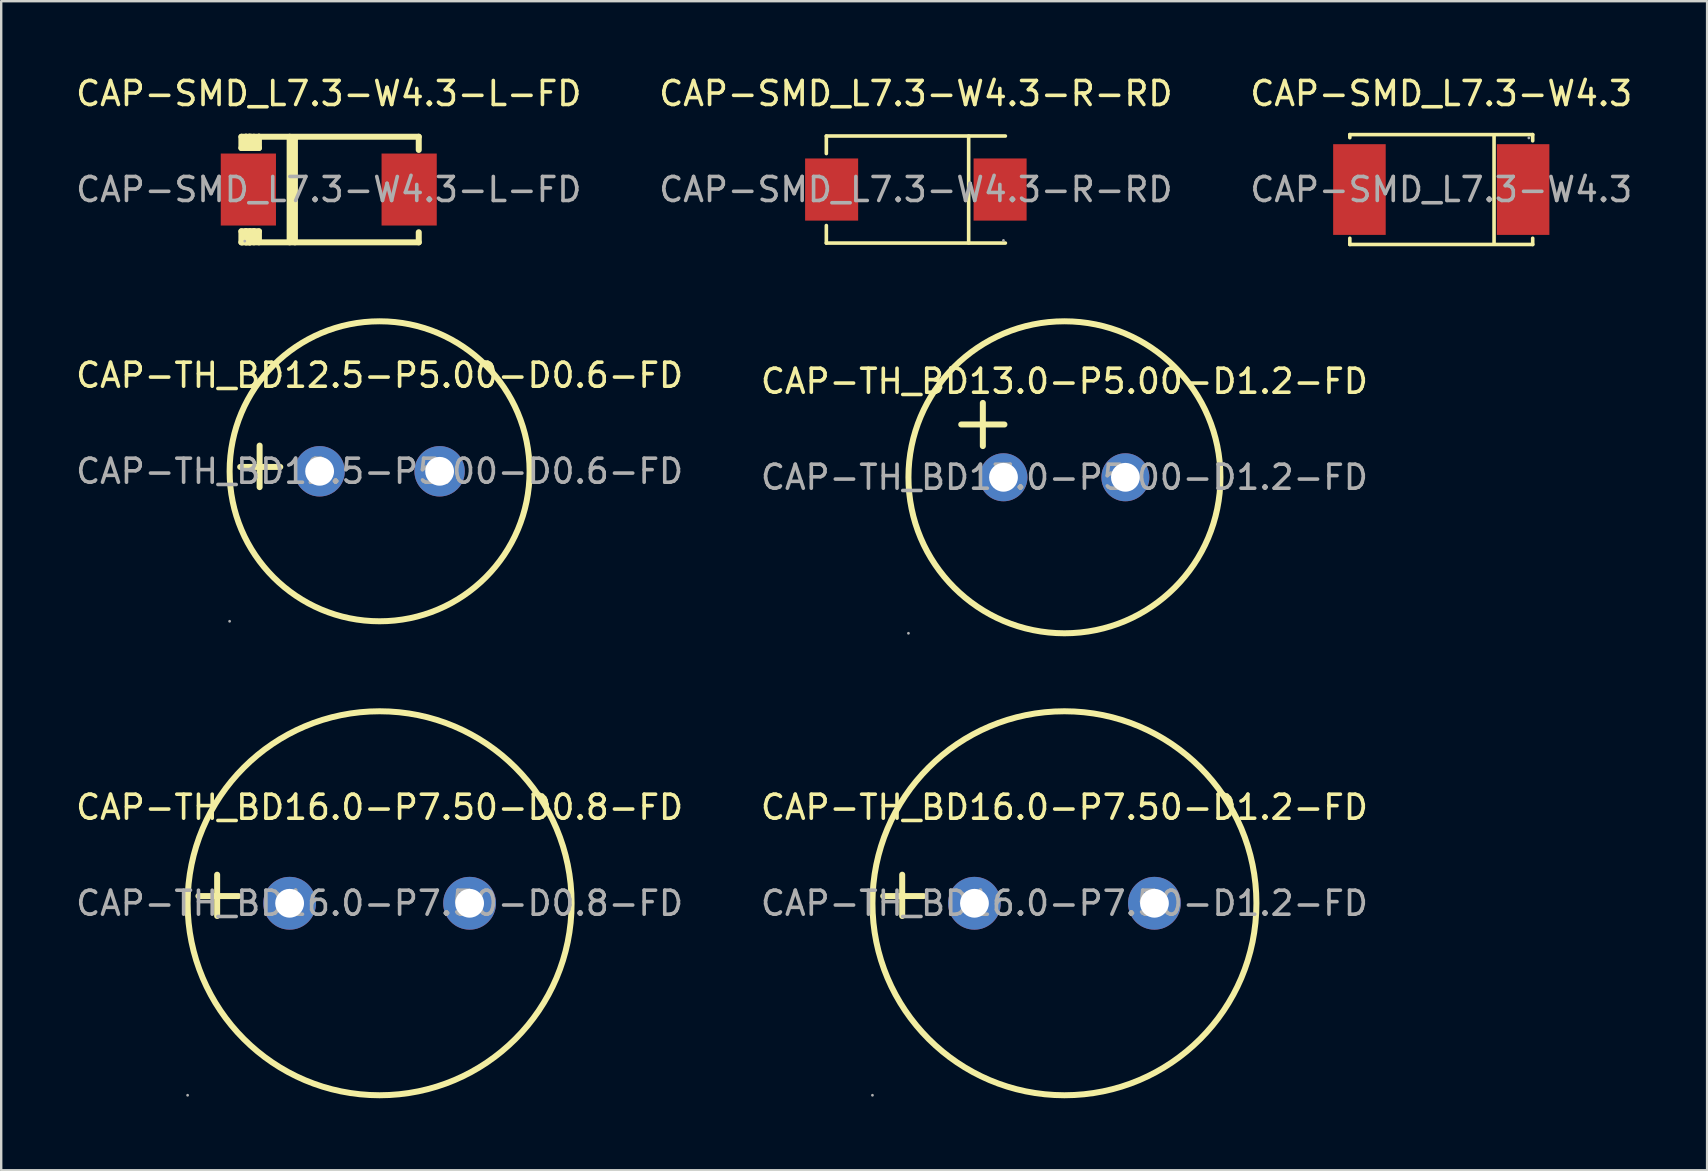
<source format=kicad_pcb>
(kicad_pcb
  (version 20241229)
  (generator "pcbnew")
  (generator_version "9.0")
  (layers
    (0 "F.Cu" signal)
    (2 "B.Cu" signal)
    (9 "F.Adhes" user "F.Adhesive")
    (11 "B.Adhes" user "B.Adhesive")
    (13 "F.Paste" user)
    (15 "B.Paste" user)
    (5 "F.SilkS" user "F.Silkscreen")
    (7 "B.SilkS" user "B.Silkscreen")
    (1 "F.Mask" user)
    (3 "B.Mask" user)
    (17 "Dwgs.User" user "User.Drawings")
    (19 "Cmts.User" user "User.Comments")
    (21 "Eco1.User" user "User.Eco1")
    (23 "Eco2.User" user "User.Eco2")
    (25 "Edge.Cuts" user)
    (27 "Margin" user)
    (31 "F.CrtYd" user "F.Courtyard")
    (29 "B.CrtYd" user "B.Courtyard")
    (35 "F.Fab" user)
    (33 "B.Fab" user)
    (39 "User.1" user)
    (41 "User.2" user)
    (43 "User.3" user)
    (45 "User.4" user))
  (footprint "CAP-SMD_L7.3-W4.3"
    (layer "F.Cu")
    (at 57.006 4.848)
    (property "Reference" "CAP-SMD_L7.3-W4.3" (at 0 -4 0) (layer "F.SilkS") (effects (font (size 1 1) (thickness 0.15))))
    (attr smd)
    (fp_line (start -3.81 -2.29) (end -3.81 -2.16) (stroke (width 0.15) (type solid)) (layer "F.SilkS"))
    (fp_line (start -3.81 2.03) (end -3.81 2.29) (stroke (width 0.15) (type solid)) (layer "F.SilkS"))
    (fp_line (start -3.81 2.29) (end 3.81 2.29) (stroke (width 0.15) (type solid)) (layer "F.SilkS"))
    (fp_line (start 2.2 -2.23) (end 2.2 2.23) (stroke (width 0.15) (type solid)) (layer "F.SilkS"))
    (fp_line (start 3.81 -2.29) (end -3.81 -2.29) (stroke (width 0.15) (type solid)) (layer "F.SilkS"))
    (fp_line (start 3.81 -2.03) (end 3.81 -2.29) (stroke (width 0.15) (type solid)) (layer "F.SilkS"))
    (fp_line (start 3.81 2.29) (end 3.81 2.03) (stroke (width 0.15) (type solid)) (layer "F.SilkS"))
    (fp_circle (center 3.65 -2.15) (end 3.68 -2.15) (stroke (width 0.06) (type solid)) (fill no) (layer "F.Fab"))
    (fp_text user "${REFERENCE}" (at 0 0 0) (layer "F.Fab") (effects (font (size 1 1) (thickness 0.15))))
    (pad "1" smd rect (at 3.41 0 180) (size 2.19 3.78) (layers "F.Cu" "F.Mask" "F.Paste"))
    (pad "2" smd rect (at -3.41 0 180) (size 2.19 3.78) (layers "F.Cu" "F.Mask" "F.Paste")))
  (footprint "CAP-TH_BD16.0-P7.50-D0.8-FD"
    (layer "F.Cu")
    (at 12.768 34.588)
    (property "Reference" "CAP-TH_BD16.0-P7.50-D0.8-FD" (at 0 -4 0) (layer "F.SilkS") (effects (font (size 1 1) (thickness 0.15))))
    (attr smd)
    (fp_line (start -6.77 0.53) (end -6.77 -1.19) (stroke (width 0.25) (type solid)) (layer "F.SilkS"))
    (fp_line (start -5.88 -0.3) (end -7.55 -0.3) (stroke (width 0.25) (type solid)) (layer "F.SilkS"))
    (fp_circle (center 0 0) (end 8 0) (stroke (width 0.25) (type solid)) (fill no) (layer "F.SilkS"))
    (fp_circle (center -8 8) (end -7.97 8) (stroke (width 0.06) (type solid)) (fill no) (layer "F.Fab"))
    (fp_circle (center -3.75 0) (end -3.55 0) (stroke (width 0.4) (type solid)) (fill no) (layer "F.Fab"))
    (fp_circle (center 3.75 0) (end 3.95 0) (stroke (width 0.4) (type solid)) (fill no) (layer "F.Fab"))
    (fp_text user "${REFERENCE}" (at 0 0 0) (layer "F.Fab") (effects (font (size 1 1) (thickness 0.15))))
    (pad "1" thru_hole circle (at -3.75 0) (size 2.2 2.2) (drill 1.2) (layers "*.Cu" "*.Paste" "*.Mask"))
    (pad "2" thru_hole circle (at 3.75 0) (size 2.2 2.2) (drill 1.2) (layers "*.Cu" "*.Paste" "*.Mask")))
  (footprint "CAP-TH_BD16.0-P7.50-D1.2-FD"
    (layer "F.Cu")
    (at 41.304 34.588)
    (property "Reference" "CAP-TH_BD16.0-P7.50-D1.2-FD" (at 0 -4 0) (layer "F.SilkS") (effects (font (size 1 1) (thickness 0.15))))
    (attr smd)
    (fp_line (start -6.76 0.53) (end -6.76 -1.19) (stroke (width 0.25) (type solid)) (layer "F.SilkS"))
    (fp_line (start -5.87 -0.3) (end -7.55 -0.3) (stroke (width 0.25) (type solid)) (layer "F.SilkS"))
    (fp_circle (center 0 0) (end 8 0) (stroke (width 0.25) (type solid)) (fill no) (layer "F.SilkS"))
    (fp_circle (center -8 8) (end -7.97 8) (stroke (width 0.06) (type solid)) (fill no) (layer "F.Fab"))
    (fp_circle (center -3.75 0) (end -3.55 0) (stroke (width 0.4) (type solid)) (fill no) (layer "F.Fab"))
    (fp_circle (center 3.75 0) (end 3.95 0) (stroke (width 0.4) (type solid)) (fill no) (layer "F.Fab"))
    (fp_text user "${REFERENCE}" (at 0 0 0) (layer "F.Fab") (effects (font (size 1 1) (thickness 0.15))))
    (pad "1" thru_hole circle (at -3.75 0) (size 2.2 2.2) (drill 1.2) (layers "*.Cu" "*.Paste" "*.Mask"))
    (pad "2" thru_hole circle (at 3.75 0) (size 2.2 2.2) (drill 1.2) (layers "*.Cu" "*.Paste" "*.Mask")))
  (footprint "CAP-SMD_L7.3-W4.3-L-FD"
    (layer "F.Cu")
    (at 10.649 4.848)
    (property "Reference" "CAP-SMD_L7.3-W4.3-L-FD" (at 0 -4 0) (layer "F.SilkS") (effects (font (size 1 1) (thickness 0.15))))
    (attr smd)
    (fp_line (start -3.64 -2.2) (end -3.45 -2.2) (stroke (width 0.25) (type solid)) (layer "F.SilkS"))
    (fp_line (start -3.64 -1.73) (end -3.64 -2.2) (stroke (width 0.25) (type solid)) (layer "F.SilkS"))
    (fp_line (start -3.64 -1.73) (end -3.45 -1.73) (stroke (width 0.25) (type solid)) (layer "F.SilkS"))
    (fp_line (start -3.64 1.74) (end -3.45 1.74) (stroke (width 0.25) (type solid)) (layer "F.SilkS"))
    (fp_line (start -3.64 2.2) (end -3.64 1.74) (stroke (width 0.25) (type solid)) (layer "F.SilkS"))
    (fp_line (start -3.6 2.2) (end -3.64 2.2) (stroke (width 0.25) (type solid)) (layer "F.SilkS"))
    (fp_line (start -3.6 2.2) (end -3.29 2.2) (stroke (width 0.25) (type solid)) (layer "F.SilkS"))
    (fp_line (start -3.45 -2.2) (end 3.75 -2.2) (stroke (width 0.25) (type solid)) (layer "F.SilkS"))
    (fp_line (start -3.45 -1.73) (end -3.45 -2.2) (stroke (width 0.25) (type solid)) (layer "F.SilkS"))
    (fp_line (start -3.45 1.74) (end -3.45 1.78) (stroke (width 0.25) (type solid)) (layer "F.SilkS"))
    (fp_line (start -3.45 1.74) (end -3.12 1.74) (stroke (width 0.25) (type solid)) (layer "F.SilkS"))
    (fp_line (start -3.45 1.78) (end -3.45 1.74) (stroke (width 0.25) (type solid)) (layer "F.SilkS"))
    (fp_line (start -3.45 2.2) (end -3.45 1.78) (stroke (width 0.25) (type solid)) (layer "F.SilkS"))
    (fp_line (start -3.45 2.2) (end 3.75 2.2) (stroke (width 0.25) (type solid)) (layer "F.SilkS"))
    (fp_line (start -3.31 -2.2) (end -3.31 -1.73) (stroke (width 0.25) (type solid)) (layer "F.SilkS"))
    (fp_line (start -3.29 1.74) (end -3.29 2.2) (stroke (width 0.25) (type solid)) (layer "F.SilkS"))
    (fp_line (start -3.29 2.2) (end -3.29 2.2) (stroke (width 0.25) (type solid)) (layer "F.SilkS"))
    (fp_line (start -3.27 1.74) (end -3.29 1.74) (stroke (width 0.25) (type solid)) (layer "F.SilkS"))
    (fp_line (start -3.25 -2.2) (end -3.31 -2.2) (stroke (width 0.25) (type solid)) (layer "F.SilkS"))
    (fp_line (start -3.12 -1.73) (end -3.45 -1.73) (stroke (width 0.25) (type solid)) (layer "F.SilkS"))
    (fp_line (start -3.12 -1.73) (end -3.12 -2.2) (stroke (width 0.25) (type solid)) (layer "F.SilkS"))
    (fp_line (start -3.12 -1.73) (end -3.12 -1.73) (stroke (width 0.25) (type solid)) (layer "F.SilkS"))
    (fp_line (start -3.12 -1.73) (end -3.12 -1.73) (stroke (width 0.25) (type solid)) (layer "F.SilkS"))
    (fp_line (start -3.12 1.74) (end -3.12 1.74) (stroke (width 0.25) (type solid)) (layer "F.SilkS"))
    (fp_line (start -3.12 1.74) (end -3.12 2.2) (stroke (width 0.25) (type solid)) (layer "F.SilkS"))
    (fp_line (start -2.91 -2.2) (end -2.91 -1.73) (stroke (width 0.25) (type solid)) (layer "F.SilkS"))
    (fp_line (start -2.91 -1.73) (end -3.45 -1.73) (stroke (width 0.25) (type solid)) (layer "F.SilkS"))
    (fp_line (start -2.91 1.74) (end -3.12 1.74) (stroke (width 0.25) (type solid)) (layer "F.SilkS"))
    (fp_line (start -2.91 1.74) (end -2.91 2.2) (stroke (width 0.25) (type solid)) (layer "F.SilkS"))
    (fp_line (start -2.9 -2.2) (end -2.91 -2.2) (stroke (width 0.25) (type solid)) (layer "F.SilkS"))
    (fp_line (start -1.63 -2.2) (end -1.63 2.2) (stroke (width 0.25) (type solid)) (layer "F.SilkS"))
    (fp_line (start -1.41 -2.16) (end -1.41 2.2) (stroke (width 0.25) (type solid)) (layer "F.SilkS"))
    (fp_line (start -1.39 -2.16) (end -1.41 -2.16) (stroke (width 0.25) (type solid)) (layer "F.SilkS"))
    (fp_line (start 3.75 -2.2) (end 3.75 -1.65) (stroke (width 0.25) (type solid)) (layer "F.SilkS"))
    (fp_line (start 3.75 2.2) (end 3.75 1.78) (stroke (width 0.25) (type solid)) (layer "F.SilkS"))
    (fp_circle (center -3.5 2.15) (end -3.47 2.15) (stroke (width 0.06) (type solid)) (fill no) (layer "F.Fab"))
    (fp_text user "${REFERENCE}" (at 0 0 0) (layer "F.Fab") (effects (font (size 1 1) (thickness 0.15))))
    (pad "1" smd rect (at -3.35 0) (size 2.3 3) (layers "F.Cu" "F.Mask" "F.Paste"))
    (pad "2" smd rect (at 3.35 0) (size 2.3 3) (layers "F.Cu" "F.Mask" "F.Paste")))
  (footprint "CAP-TH_BD13.0-P5.00-D1.2-FD"
    (layer "F.Cu")
    (at 41.304 16.838)
    (property "Reference" "CAP-TH_BD13.0-P5.00-D1.2-FD" (at 0 -4 0) (layer "F.SilkS") (effects (font (size 1 1) (thickness 0.15))))
    (attr smd)
    (fp_line (start -4.3 -2.2) (end -2.5 -2.2) (stroke (width 0.25) (type solid)) (layer "F.SilkS"))
    (fp_line (start -3.4 -3.1) (end -3.4 -1.3) (stroke (width 0.25) (type solid)) (layer "F.SilkS"))
    (fp_circle (center 0 0) (end 6.5 0) (stroke (width 0.25) (type solid)) (fill no) (layer "F.SilkS"))
    (fp_circle (center -6.5 6.5) (end -6.47 6.5) (stroke (width 0.06) (type solid)) (fill no) (layer "F.Fab"))
    (fp_circle (center -2.54 0) (end -2.39 0) (stroke (width 0.3) (type solid)) (fill no) (layer "F.Fab"))
    (fp_circle (center 2.54 0) (end 2.69 0) (stroke (width 0.3) (type solid)) (fill no) (layer "F.Fab"))
    (fp_text user "${REFERENCE}" (at 0 0 0) (layer "F.Fab") (effects (font (size 1 1) (thickness 0.15))))
    (pad "1" thru_hole circle (at -2.54 0) (size 2 2) (drill 1.2) (layers "*.Cu" "*.Paste" "*.Mask"))
    (pad "2" thru_hole circle (at 2.54 0) (size 2 2) (drill 1.2) (layers "*.Cu" "*.Paste" "*.Mask")))
  (footprint "CAP-TH_BD12.5-P5.00-D0.6-FD"
    (layer "F.Cu")
    (at 12.768 16.588)
    (property "Reference" "CAP-TH_BD12.5-P5.00-D0.6-FD" (at 0 -4 0) (layer "F.SilkS") (effects (font (size 1 1) (thickness 0.15))))
    (attr smd)
    (fp_line (start -5 0.66) (end -5 -1.07) (stroke (width 0.25) (type solid)) (layer "F.SilkS"))
    (fp_line (start -4.14 -0.18) (end -5.81 -0.18) (stroke (width 0.25) (type solid)) (layer "F.SilkS"))
    (fp_circle (center 0 0) (end 6.25 0) (stroke (width 0.25) (type solid)) (fill no) (layer "F.SilkS"))
    (fp_circle (center -6.25 6.25) (end -6.22 6.25) (stroke (width 0.06) (type solid)) (fill no) (layer "F.Fab"))
    (fp_circle (center -2.5 0) (end -2.35 0) (stroke (width 0.3) (type solid)) (fill no) (layer "F.Fab"))
    (fp_circle (center 2.5 0) (end 2.65 0) (stroke (width 0.3) (type solid)) (fill no) (layer "F.Fab"))
    (fp_text user "${REFERENCE}" (at 0 0 0) (layer "F.Fab") (effects (font (size 1 1) (thickness 0.15))))
    (pad "1" thru_hole circle (at -2.5 0) (size 2.1 2.1) (drill 1.2) (layers "*.Cu" "*.Paste" "*.Mask"))
    (pad "2" thru_hole circle (at 2.5 0) (size 2.1 2.1) (drill 1.2) (layers "*.Cu" "*.Paste" "*.Mask")))
  (footprint "CAP-SMD_L7.3-W4.3-R-RD"
    (layer "F.Cu")
    (at 35.113 4.848)
    (property "Reference" "CAP-SMD_L7.3-W4.3-R-RD" (at 0 -4 0) (layer "F.SilkS") (effects (font (size 1 1) (thickness 0.15))))
    (attr smd)
    (fp_line (start -3.73 -2.23) (end -3.73 -1.5) (stroke (width 0.15) (type solid)) (layer "F.SilkS"))
    (fp_line (start -3.73 -2.23) (end 3.73 -2.23) (stroke (width 0.15) (type solid)) (layer "F.SilkS"))
    (fp_line (start -3.73 2.23) (end -3.73 1.5) (stroke (width 0.15) (type solid)) (layer "F.SilkS"))
    (fp_line (start -3.73 2.23) (end 3.73 2.23) (stroke (width 0.15) (type solid)) (layer "F.SilkS"))
    (fp_line (start 2.2 -2.23) (end 2.2 2.23) (stroke (width 0.15) (type solid)) (layer "F.SilkS"))
    (fp_circle (center 3.65 2.12) (end 3.68 2.12) (stroke (width 0.06) (type solid)) (fill no) (layer "F.Fab"))
    (fp_text user "${REFERENCE}" (at 0 0 0) (layer "F.Fab") (effects (font (size 1 1) (thickness 0.15))))
    (pad "1" smd rect (at 3.51 0) (size 2.21 2.59) (layers "F.Cu" "F.Mask" "F.Paste"))
    (pad "2" smd rect (at -3.51 0) (size 2.21 2.59) (layers "F.Cu" "F.Mask" "F.Paste")))
  (gr_rect
    (start -3 -3)
    (end 68.083 45.713)
    (stroke (width 0.1) (type default))
    (fill no)
    (layer "Edge.Cuts")))
</source>
